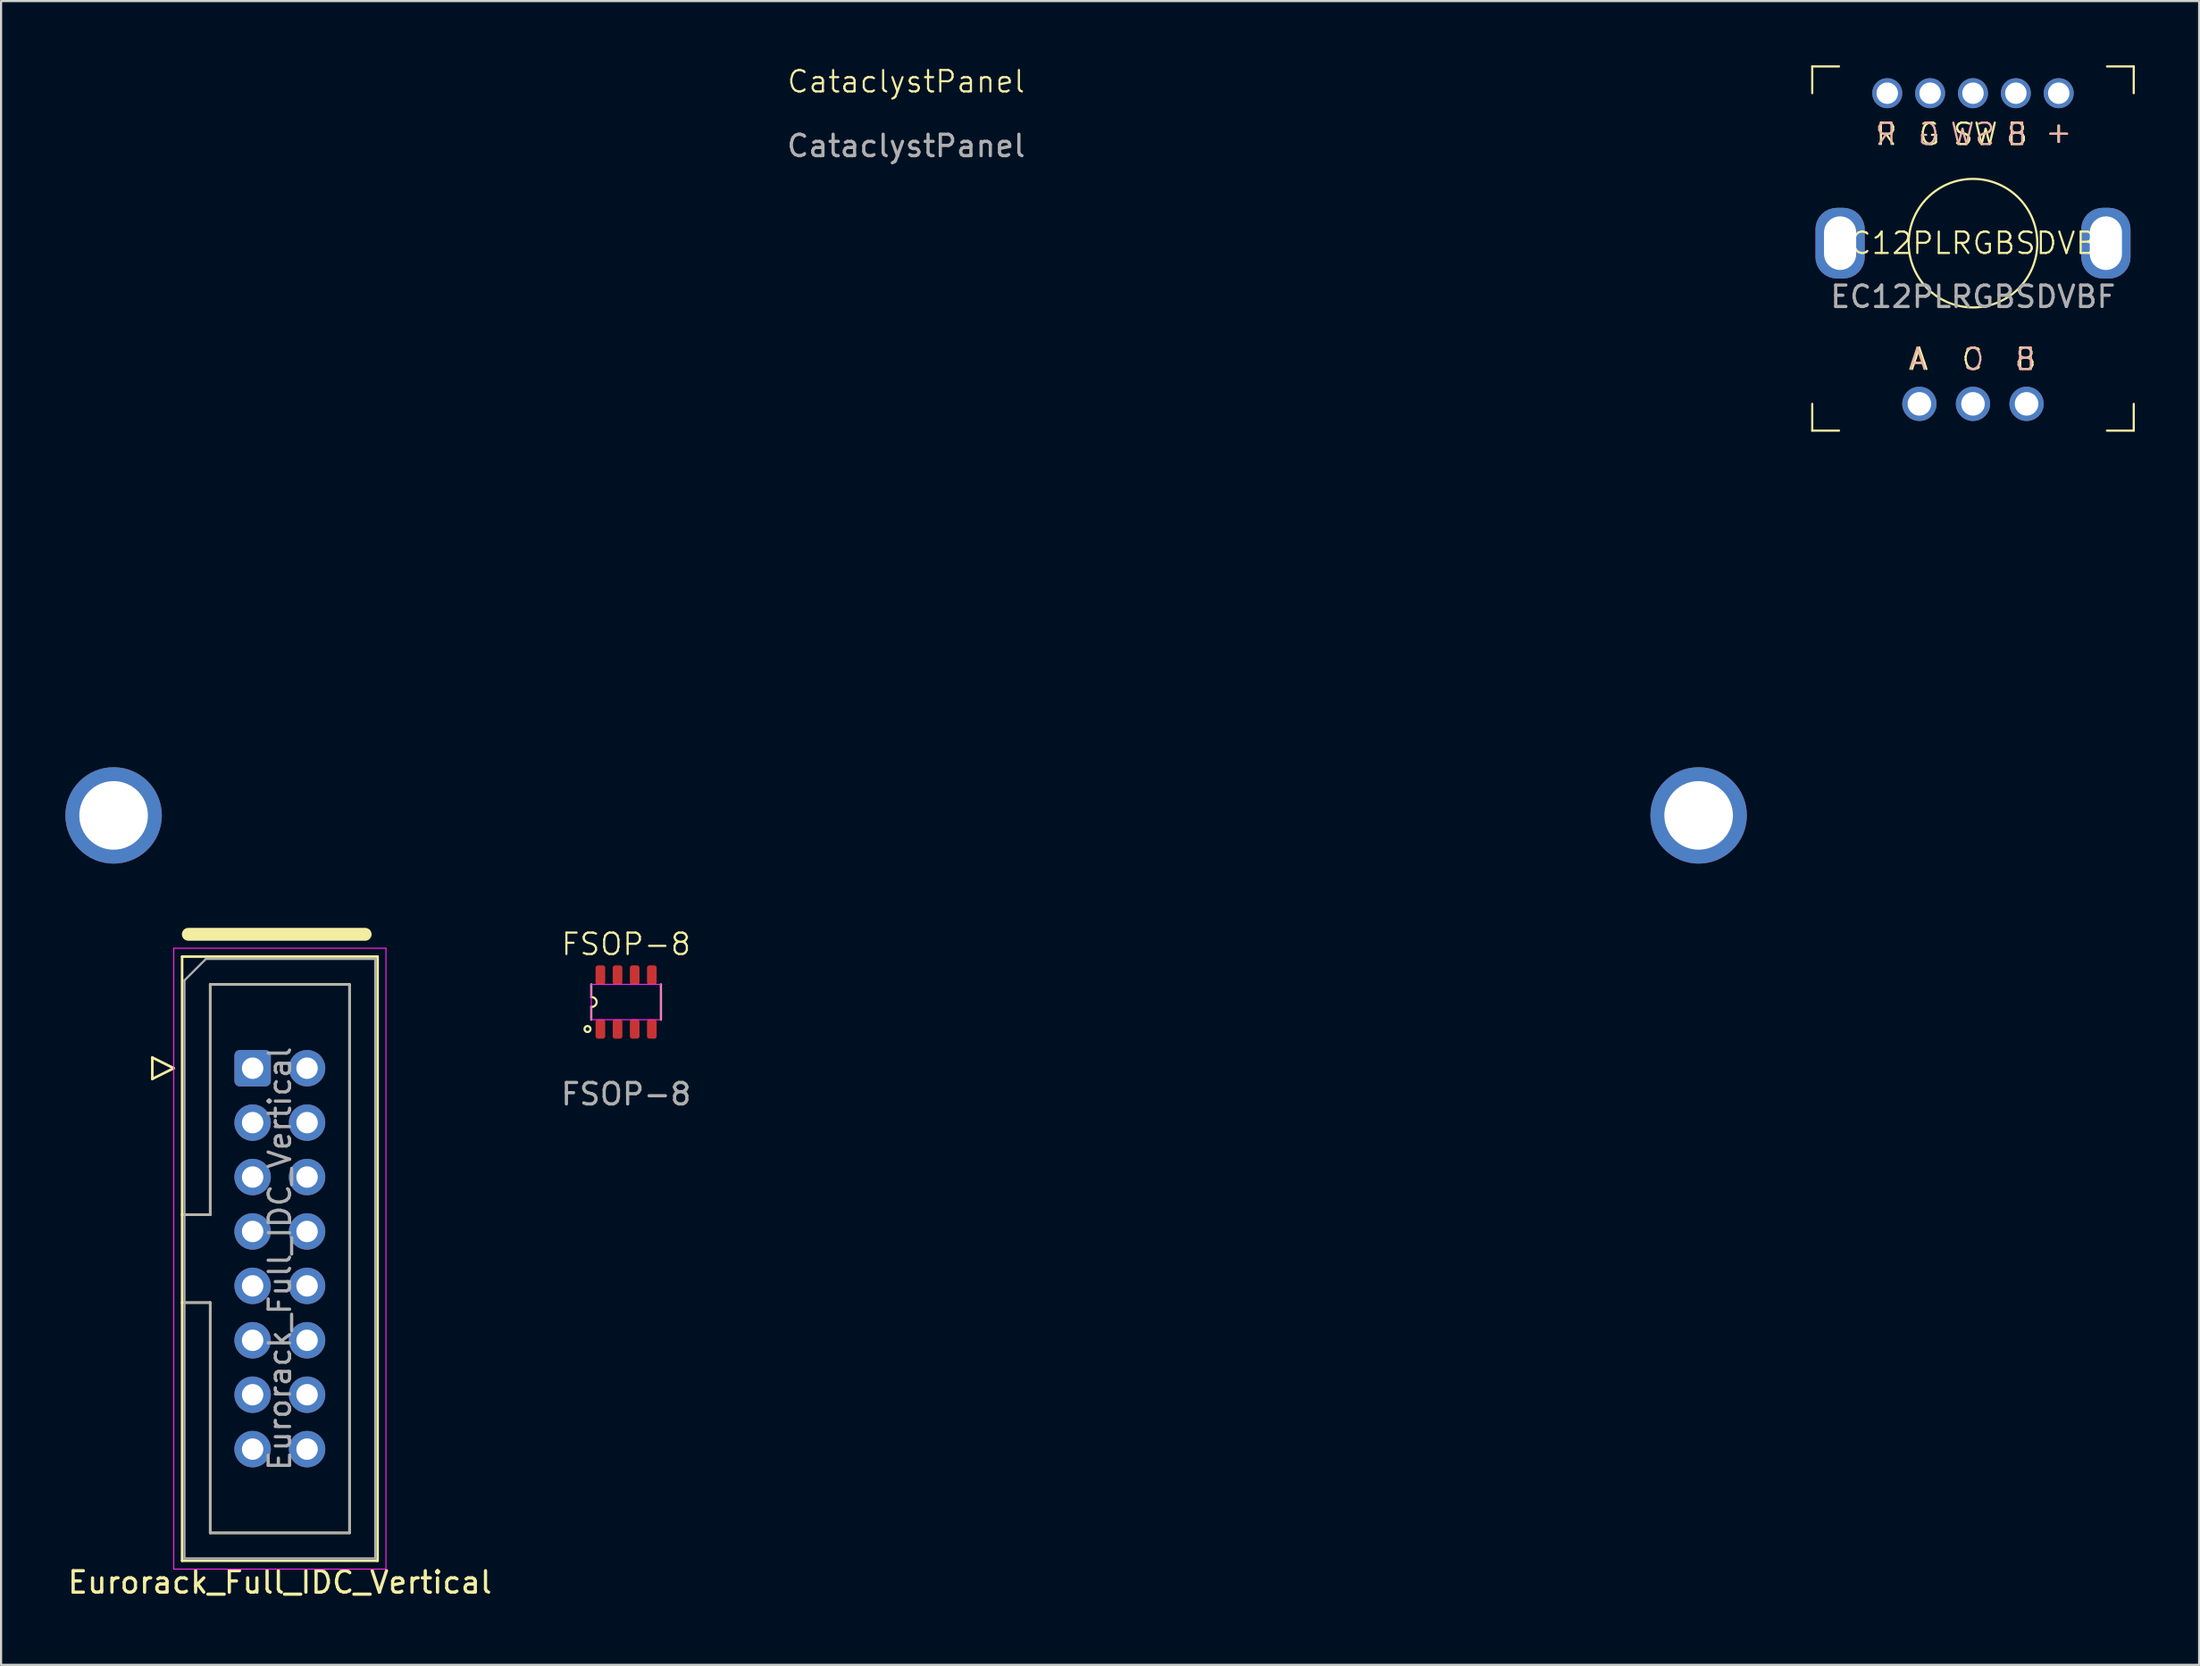
<source format=kicad_pcb>
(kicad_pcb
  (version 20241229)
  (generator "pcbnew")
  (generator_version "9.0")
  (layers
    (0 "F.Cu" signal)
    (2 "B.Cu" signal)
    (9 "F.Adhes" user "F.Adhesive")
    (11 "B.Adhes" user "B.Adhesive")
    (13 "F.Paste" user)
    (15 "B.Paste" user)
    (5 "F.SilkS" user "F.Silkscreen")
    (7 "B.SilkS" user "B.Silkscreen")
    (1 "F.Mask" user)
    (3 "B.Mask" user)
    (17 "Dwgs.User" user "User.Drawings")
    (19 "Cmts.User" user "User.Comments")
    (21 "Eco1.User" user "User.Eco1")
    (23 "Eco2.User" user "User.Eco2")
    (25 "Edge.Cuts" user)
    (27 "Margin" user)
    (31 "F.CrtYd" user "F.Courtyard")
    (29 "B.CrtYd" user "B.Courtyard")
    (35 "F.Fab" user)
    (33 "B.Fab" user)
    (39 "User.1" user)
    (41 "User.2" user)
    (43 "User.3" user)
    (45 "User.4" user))
  (footprint "EC12PLRGBSDVBF"
    (layer "F.Cu")
    (at 89 8.3)
    (property "Reference" "EC12PLRGBSDVBF" (at 0 0 0) (unlocked yes) (layer "F.SilkS") (effects (font (size 1 1) (thickness 0.1))))
    (attr through_hole)
    (fp_line (start -7.5 -8.25) (end -6.25 -8.25) (stroke (width 0.1) (type default)) (layer "F.SilkS"))
    (fp_line (start -7.5 -7) (end -7.5 -8.25) (stroke (width 0.1) (type default)) (layer "F.SilkS"))
    (fp_line (start -7.5 8.75) (end -7.5 7.5) (stroke (width 0.1) (type default)) (layer "F.SilkS"))
    (fp_line (start -6.25 8.75) (end -7.5 8.75) (stroke (width 0.1) (type default)) (layer "F.SilkS"))
    (fp_line (start 7.5 -8.25) (end 6.25 -8.25) (stroke (width 0.1) (type default)) (layer "F.SilkS"))
    (fp_line (start 7.5 -8.25) (end 7.5 -7) (stroke (width 0.1) (type default)) (layer "F.SilkS"))
    (fp_line (start 7.5 8.75) (end 6.25 8.75) (stroke (width 0.1) (type default)) (layer "F.SilkS"))
    (fp_line (start 7.5 8.75) (end 7.5 7.5) (stroke (width 0.1) (type default)) (layer "F.SilkS"))
    (fp_circle (center 0 0) (end 3 0) (stroke (width 0.1) (type default)) (fill no) (layer "F.SilkS"))
    (fp_text user "G" (at -2.6 -4.5 0) (unlocked yes) (layer "F.SilkS") (effects (font (size 1 1) (thickness 0.1)) (justify left bottom)))
    (fp_text user "A" (at -3 6 0) (unlocked yes) (layer "F.SilkS") (effects (font (size 1 1) (thickness 0.1)) (justify left bottom)))
    (fp_text user "+" (at 3.3 -4.6 0) (unlocked yes) (layer "F.SilkS") (effects (font (size 1 1) (thickness 0.1)) (justify left bottom)))
    (fp_text user "SW" (at -1 -4.5 0) (unlocked yes) (layer "F.SilkS") (effects (font (size 1 1) (thickness 0.1)) (justify left bottom)))
    (fp_text user "C" (at -0.6 6 0) (unlocked yes) (layer "F.SilkS") (effects (font (size 1 1) (thickness 0.1)) (justify left bottom)))
    (fp_text user "B" (at 1.9 6 0) (unlocked yes) (layer "F.SilkS") (effects (font (size 1 1) (thickness 0.1)) (justify left bottom)))
    (fp_text user "B" (at 1.5 -4.5 0) (unlocked yes) (layer "F.SilkS") (effects (font (size 1 1) (thickness 0.1)) (justify left bottom)))
    (fp_text user "R" (at -4.6 -4.5 0) (unlocked yes) (layer "F.SilkS") (effects (font (size 1 1) (thickness 0.1)) (justify left bottom)))
    (fp_text user "SW" (at 1.1 -4.5 0) (unlocked yes) (layer "B.SilkS") (effects (font (size 1 1) (thickness 0.1)) (justify left bottom mirror)))
    (fp_text user "G" (at -1.5 -4.5 0) (unlocked yes) (layer "B.SilkS") (effects (font (size 1 1) (thickness 0.1)) (justify left bottom mirror)))
    (fp_text user "B" (at 3 6 0) (unlocked yes) (layer "B.SilkS") (effects (font (size 1 1) (thickness 0.1)) (justify left bottom mirror)))
    (fp_text user "C" (at 0.6 6 0) (unlocked yes) (layer "B.SilkS") (effects (font (size 1 1) (thickness 0.1)) (justify left bottom mirror)))
    (fp_text user "B" (at 2.6 -4.5 0) (unlocked yes) (layer "B.SilkS") (effects (font (size 1 1) (thickness 0.1)) (justify left bottom mirror)))
    (fp_text user "+" (at 4.7 -4.6 0) (unlocked yes) (layer "B.SilkS") (effects (font (size 1 1) (thickness 0.1)) (justify left bottom mirror)))
    (fp_text user "R" (at -3.5 -4.5 0) (unlocked yes) (layer "B.SilkS") (effects (font (size 1 1) (thickness 0.1)) (justify left bottom mirror)))
    (fp_text user "A" (at -2.1 6 0) (unlocked yes) (layer "B.SilkS") (effects (font (size 1 1) (thickness 0.1)) (justify left bottom mirror)))
    (fp_text user "${REFERENCE}" (at 0 2.5 0) (unlocked yes) (layer "F.Fab") (effects (font (size 1 1) (thickness 0.15))))
    (pad "1" thru_hole circle (at -4 -7) (size 1.4 1.4) (drill 1) (layers "*.Cu" "*.Mask"))
    (pad "2" thru_hole circle (at -2 -7) (size 1.4 1.4) (drill 1) (layers "*.Cu" "*.Mask"))
    (pad "3" thru_hole circle (at 0 -7) (size 1.4 1.4) (drill 1) (layers "*.Cu" "*.Mask"))
    (pad "4" thru_hole circle (at 2 -7) (size 1.4 1.4) (drill 1) (layers "*.Cu" "*.Mask"))
    (pad "5" thru_hole circle (at 4 -7) (size 1.4 1.4) (drill 1) (layers "*.Cu" "*.Mask"))
    (pad "6" thru_hole circle (at -2.5 7.5) (size 1.6 1.6) (drill 1.1) (layers "*.Cu" "*.Mask"))
    (pad "7" thru_hole circle (at 0 7.5) (size 1.6 1.6) (drill 1.1) (layers "*.Cu" "*.Mask"))
    (pad "8" thru_hole circle (at 2.5 7.5) (size 1.6 1.6) (drill 1.1) (layers "*.Cu" "*.Mask"))
    (pad "S" thru_hole roundrect (at -6.2 0) (size 2.3 3.3) (drill oval 1.5 2.5) (layers "*.Cu" "*.Mask") (roundrect_rratio 0.435))
    (pad "S" thru_hole roundrect (at 6.2 0) (size 2.3 3.3) (drill oval 1.5 2.5) (layers "*.Cu" "*.Mask") (roundrect_rratio 0.435)))
  (footprint "FSOP-8"
    (layer "F.Cu")
    (at 26.161 43.721)
    (property "Reference" "FSOP-8" (at 0 -2.7 0) (unlocked yes) (layer "F.SilkS") (effects (font (size 1 1) (thickness 0.1))))
    (attr smd)
    (fp_line (start -1.625 -0.825) (end -1.625 -0.225) (stroke (width 0.1) (type default)) (layer "F.SilkS"))
    (fp_line (start -1.625 0.225) (end -1.625 0.825) (stroke (width 0.1) (type default)) (layer "F.SilkS"))
    (fp_line (start 1.625 -0.825) (end 1.625 0.825) (stroke (width 0.1) (type default)) (layer "F.SilkS"))
    (fp_arc (start -1.625 -0.224999) (mid -1.373616 0) (end -1.625 0.224999) (stroke (width 0.1) (type default)) (layer "F.SilkS"))
    (fp_circle (center -1.8 1.26) (end -1.659 1.26) (stroke (width 0.1) (type default)) (fill no) (layer "F.SilkS"))
    (fp_rect (start -1.625 -0.825) (end 1.625 0.825) (stroke (width 0.05) (type default)) (fill no) (layer "F.CrtYd"))
    (fp_text user "${REFERENCE}" (at 0 4.3 0) (unlocked yes) (layer "F.Fab") (effects (font (size 1 1) (thickness 0.15))))
    (pad "1" smd roundrect (at -1.2 1.26) (size 0.45 0.9) (layers "F.Cu" "F.Mask" "F.Paste") (roundrect_rratio 0.25))
    (pad "2" smd roundrect (at -0.4 1.26) (size 0.45 0.9) (layers "F.Cu" "F.Mask" "F.Paste") (roundrect_rratio 0.25))
    (pad "3" smd roundrect (at 0.4 1.26) (size 0.45 0.9) (layers "F.Cu" "F.Mask" "F.Paste") (roundrect_rratio 0.25))
    (pad "4" smd roundrect (at 1.2 1.26) (size 0.45 0.9) (layers "F.Cu" "F.Mask" "F.Paste") (roundrect_rratio 0.25))
    (pad "5" smd roundrect (at -1.2 -1.26) (size 0.45 0.9) (layers "F.Cu" "F.Mask" "F.Paste") (roundrect_rratio 0.25))
    (pad "6" smd roundrect (at -0.4 -1.26) (size 0.45 0.9) (layers "F.Cu" "F.Mask" "F.Paste") (roundrect_rratio 0.25))
    (pad "7" smd roundrect (at 0.4 -1.26) (size 0.45 0.9) (layers "F.Cu" "F.Mask" "F.Paste") (roundrect_rratio 0.25))
    (pad "8" smd roundrect (at 1.2 -1.26) (size 0.45 0.9) (layers "F.Cu" "F.Mask" "F.Paste") (roundrect_rratio 0.25)))
  (footprint "CataclystPanel"
    (layer "F.Cu")
    (at 39.225 1.26)
    (property "Reference" "CataclystPanel" (at 0 -0.5 0) (unlocked yes) (layer "F.SilkS") (effects (font (size 1 1) (thickness 0.1))))
    (fp_text user "${REFERENCE}" (at 0 2.5 0) (unlocked yes) (layer "F.Fab") (effects (font (size 1 1) (thickness 0.15))))
    (pad "" np_thru_hole circle (at -36.975 33.75) (size 4.5 4.5) (drill 3.2) (layers "*.Cu"))
    (pad "" np_thru_hole circle (at 36.975 33.75) (size 4.5 4.5) (drill 3.2) (layers "*.Cu")))
  (footprint "Eurorack_Full_IDC_Vertical"
    (layer "F.Cu")
    (at 8.736 46.81)
    (property "Reference" "Eurorack_Full_IDC_Vertical" (at 1.27 24 0) (layer "F.SilkS") (effects (font (size 1 1) (thickness 0.15))))
    (attr through_hole)
    (fp_line (start -4.68 -0.5) (end -4.68 0.5) (stroke (width 0.12) (type solid)) (layer "F.SilkS"))
    (fp_line (start -4.68 0.5) (end -3.68 0) (stroke (width 0.12) (type solid)) (layer "F.SilkS"))
    (fp_line (start -3.68 0) (end -4.68 -0.5) (stroke (width 0.12) (type solid)) (layer "F.SilkS"))
    (fp_line (start -3.29 -5.21) (end 5.83 -5.21) (stroke (width 0.12) (type solid)) (layer "F.SilkS"))
    (fp_line (start -3.29 6.84) (end -1.98 6.84) (stroke (width 0.12) (type solid)) (layer "F.SilkS"))
    (fp_line (start -3.29 22.99) (end -3.29 -5.21) (stroke (width 0.12) (type solid)) (layer "F.SilkS"))
    (fp_line (start -3 -6.25) (end 5.25 -6.25) (stroke (width 0.6) (type default)) (layer "F.SilkS"))
    (fp_line (start -1.98 -3.91) (end 4.52 -3.91) (stroke (width 0.12) (type solid)) (layer "F.SilkS"))
    (fp_line (start -1.98 6.84) (end -1.98 -3.91) (stroke (width 0.12) (type solid)) (layer "F.SilkS"))
    (fp_line (start -1.98 10.94) (end -3.29 10.94) (stroke (width 0.12) (type solid)) (layer "F.SilkS"))
    (fp_line (start -1.98 10.94) (end -1.98 10.94) (stroke (width 0.12) (type solid)) (layer "F.SilkS"))
    (fp_line (start -1.98 21.69) (end -1.98 10.94) (stroke (width 0.12) (type solid)) (layer "F.SilkS"))
    (fp_line (start 4.52 -3.91) (end 4.52 21.69) (stroke (width 0.12) (type solid)) (layer "F.SilkS"))
    (fp_line (start 4.52 21.69) (end -1.98 21.69) (stroke (width 0.12) (type solid)) (layer "F.SilkS"))
    (fp_line (start 5.83 -5.21) (end 5.83 22.99) (stroke (width 0.12) (type solid)) (layer "F.SilkS"))
    (fp_line (start 5.83 22.99) (end -3.29 22.99) (stroke (width 0.12) (type solid)) (layer "F.SilkS"))
    (fp_line (start -3.68 -5.6) (end -3.68 23.38) (stroke (width 0.05) (type solid)) (layer "F.CrtYd"))
    (fp_line (start -3.68 23.38) (end 6.22 23.38) (stroke (width 0.05) (type solid)) (layer "F.CrtYd"))
    (fp_line (start 6.22 -5.6) (end -3.68 -5.6) (stroke (width 0.05) (type solid)) (layer "F.CrtYd"))
    (fp_line (start 6.22 23.38) (end 6.22 -5.6) (stroke (width 0.05) (type solid)) (layer "F.CrtYd"))
    (fp_line (start -3.18 -4.1) (end -2.18 -5.1) (stroke (width 0.1) (type solid)) (layer "F.Fab"))
    (fp_line (start -3.18 6.84) (end -1.98 6.84) (stroke (width 0.1) (type solid)) (layer "F.Fab"))
    (fp_line (start -3.18 22.88) (end -3.18 -4.1) (stroke (width 0.1) (type solid)) (layer "F.Fab"))
    (fp_line (start -2.18 -5.1) (end 5.72 -5.1) (stroke (width 0.1) (type solid)) (layer "F.Fab"))
    (fp_line (start -1.98 -3.91) (end 4.52 -3.91) (stroke (width 0.1) (type solid)) (layer "F.Fab"))
    (fp_line (start -1.98 6.84) (end -1.98 -3.91) (stroke (width 0.1) (type solid)) (layer "F.Fab"))
    (fp_line (start -1.98 10.94) (end -3.18 10.94) (stroke (width 0.1) (type solid)) (layer "F.Fab"))
    (fp_line (start -1.98 10.94) (end -1.98 10.94) (stroke (width 0.1) (type solid)) (layer "F.Fab"))
    (fp_line (start -1.98 21.69) (end -1.98 10.94) (stroke (width 0.1) (type solid)) (layer "F.Fab"))
    (fp_line (start 4.52 -3.91) (end 4.52 21.69) (stroke (width 0.1) (type solid)) (layer "F.Fab"))
    (fp_line (start 4.52 21.69) (end -1.98 21.69) (stroke (width 0.1) (type solid)) (layer "F.Fab"))
    (fp_line (start 5.72 -5.1) (end 5.72 22.88) (stroke (width 0.1) (type solid)) (layer "F.Fab"))
    (fp_line (start 5.72 22.88) (end -3.18 22.88) (stroke (width 0.1) (type solid)) (layer "F.Fab"))
    (fp_text user "${REFERENCE}" (at 1.27 8.89 90) (layer "F.Fab") (effects (font (size 1 1) (thickness 0.15))))
    (pad "1" thru_hole roundrect (at 0 0) (size 1.7 1.7) (drill 1) (layers "*.Cu" "*.Mask") (roundrect_rratio 0.147))
    (pad "2" thru_hole circle (at 2.54 0) (size 1.7 1.7) (drill 1) (layers "*.Cu" "*.Mask"))
    (pad "3" thru_hole circle (at 0 2.54) (size 1.7 1.7) (drill 1) (layers "*.Cu" "*.Mask"))
    (pad "4" thru_hole circle (at 2.54 2.54) (size 1.7 1.7) (drill 1) (layers "*.Cu" "*.Mask"))
    (pad "5" thru_hole circle (at 0 5.08) (size 1.7 1.7) (drill 1) (layers "*.Cu" "*.Mask"))
    (pad "6" thru_hole circle (at 2.54 5.08) (size 1.7 1.7) (drill 1) (layers "*.Cu" "*.Mask"))
    (pad "7" thru_hole circle (at 0 7.62) (size 1.7 1.7) (drill 1) (layers "*.Cu" "*.Mask"))
    (pad "8" thru_hole circle (at 2.54 7.62) (size 1.7 1.7) (drill 1) (layers "*.Cu" "*.Mask"))
    (pad "9" thru_hole circle (at 0 10.16) (size 1.7 1.7) (drill 1) (layers "*.Cu" "*.Mask"))
    (pad "10" thru_hole circle (at 2.54 10.16) (size 1.7 1.7) (drill 1) (layers "*.Cu" "*.Mask"))
    (pad "11" thru_hole circle (at 0 12.7) (size 1.7 1.7) (drill 1) (layers "*.Cu" "*.Mask"))
    (pad "12" thru_hole circle (at 2.54 12.7) (size 1.7 1.7) (drill 1) (layers "*.Cu" "*.Mask"))
    (pad "13" thru_hole circle (at 0 15.24) (size 1.7 1.7) (drill 1) (layers "*.Cu" "*.Mask"))
    (pad "14" thru_hole circle (at 2.54 15.24) (size 1.7 1.7) (drill 1) (layers "*.Cu" "*.Mask"))
    (pad "15" thru_hole circle (at 0 17.78) (size 1.7 1.7) (drill 1) (layers "*.Cu" "*.Mask"))
    (pad "16" thru_hole circle (at 2.54 17.78) (size 1.7 1.7) (drill 1) (layers "*.Cu" "*.Mask")))
  (gr_rect
    (start -3 -3)
    (end 99.55 74.659)
    (stroke (width 0.1) (type default))
    (fill no)
    (layer "Edge.Cuts")))
</source>
